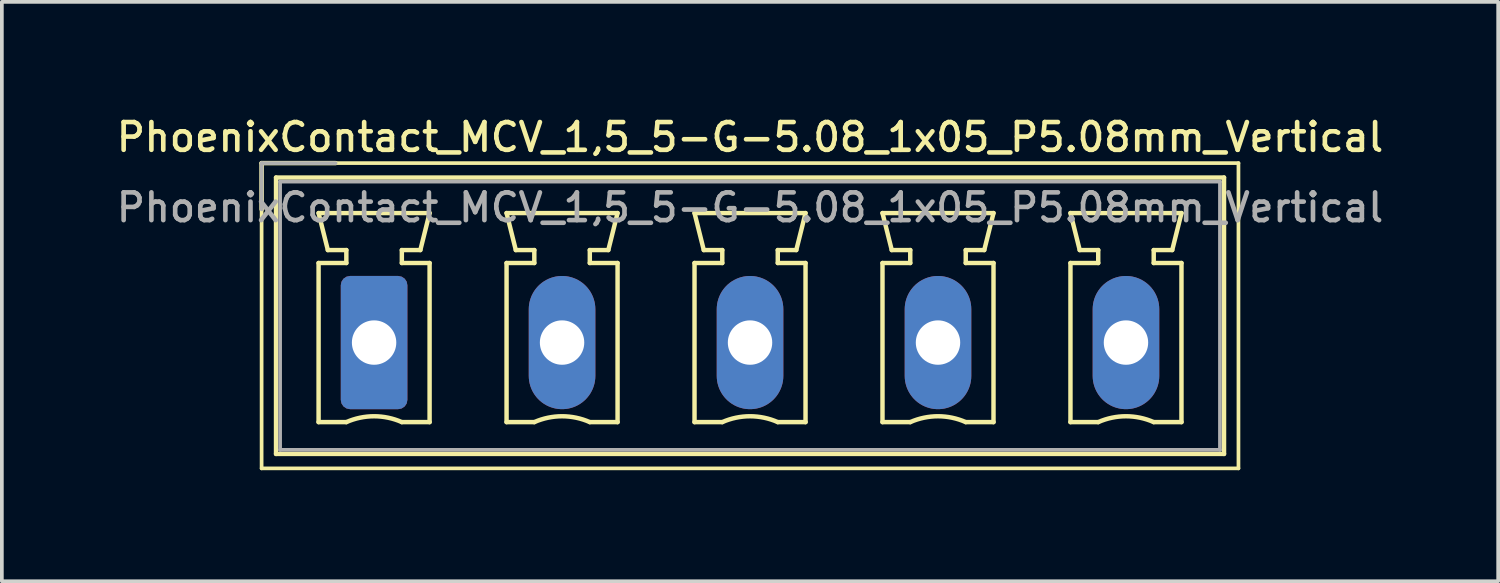
<source format=kicad_pcb>
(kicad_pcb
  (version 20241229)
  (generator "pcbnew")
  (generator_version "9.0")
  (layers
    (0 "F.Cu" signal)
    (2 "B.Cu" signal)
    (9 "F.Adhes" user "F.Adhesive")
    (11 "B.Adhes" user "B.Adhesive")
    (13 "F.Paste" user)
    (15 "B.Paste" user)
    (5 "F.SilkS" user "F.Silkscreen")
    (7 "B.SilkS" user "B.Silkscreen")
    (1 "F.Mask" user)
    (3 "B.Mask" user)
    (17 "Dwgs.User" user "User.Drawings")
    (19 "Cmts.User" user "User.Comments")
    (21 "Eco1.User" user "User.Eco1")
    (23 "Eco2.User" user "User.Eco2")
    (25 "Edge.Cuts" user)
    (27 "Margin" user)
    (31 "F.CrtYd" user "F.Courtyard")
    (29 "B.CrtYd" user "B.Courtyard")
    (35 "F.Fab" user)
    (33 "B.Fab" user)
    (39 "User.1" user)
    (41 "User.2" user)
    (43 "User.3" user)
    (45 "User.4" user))
  (footprint "PhoenixContact_MCV_1,5_5-G-5.08_1x05_P5.08mm_Vertical"
    (layer "F.Cu")
    (at 7.06 6.208)
    (property "Reference" "PhoenixContact_MCV_1,5_5-G-5.08_1x05_P5.08mm_Vertical" (at 10.16 -5.55 0) (layer "F.SilkS") (effects (font (size 0.75 0.75) (thickness 0.125))))
    (attr through_hole)
    (fp_line (start -3.04 -4.85) (end -3.04 3.4) (stroke (width 0.1) (type solid)) (layer "F.SilkS"))
    (fp_line (start -3.04 -4.85) (end -1.04 -4.85) (stroke (width 0.12) (type solid)) (layer "F.SilkS"))
    (fp_line (start -3.04 -3.6) (end -3.04 -4.85) (stroke (width 0.12) (type solid)) (layer "F.SilkS"))
    (fp_line (start -3.04 3.4) (end 23.36 3.4) (stroke (width 0.1) (type solid)) (layer "F.SilkS"))
    (fp_line (start -2.65 -4.46) (end -2.65 3.01) (stroke (width 0.12) (type solid)) (layer "F.SilkS"))
    (fp_line (start -2.65 3.01) (end 22.97 3.01) (stroke (width 0.12) (type solid)) (layer "F.SilkS"))
    (fp_line (start -1.5 -3.5) (end 1.5 -3.5) (stroke (width 0.12) (type solid)) (layer "F.SilkS"))
    (fp_line (start -1.5 -2.15) (end -0.75 -2.15) (stroke (width 0.12) (type solid)) (layer "F.SilkS"))
    (fp_line (start -1.5 2.15) (end -1.5 -2.15) (stroke (width 0.12) (type solid)) (layer "F.SilkS"))
    (fp_line (start -1.25 -2.5) (end -1.5 -3.5) (stroke (width 0.12) (type solid)) (layer "F.SilkS"))
    (fp_line (start -0.75 -2.5) (end -1.25 -2.5) (stroke (width 0.12) (type solid)) (layer "F.SilkS"))
    (fp_line (start -0.75 -2.15) (end -0.75 -2.5) (stroke (width 0.12) (type solid)) (layer "F.SilkS"))
    (fp_line (start -0.75 2.15) (end -1.5 2.15) (stroke (width 0.12) (type solid)) (layer "F.SilkS"))
    (fp_line (start 0.75 -2.5) (end 0.75 -2.15) (stroke (width 0.12) (type solid)) (layer "F.SilkS"))
    (fp_line (start 0.75 -2.15) (end 1.5 -2.15) (stroke (width 0.12) (type solid)) (layer "F.SilkS"))
    (fp_line (start 1.25 -2.5) (end 0.75 -2.5) (stroke (width 0.12) (type solid)) (layer "F.SilkS"))
    (fp_line (start 1.5 -3.5) (end 1.25 -2.5) (stroke (width 0.12) (type solid)) (layer "F.SilkS"))
    (fp_line (start 1.5 -2.15) (end 1.5 2.15) (stroke (width 0.12) (type solid)) (layer "F.SilkS"))
    (fp_line (start 1.5 2.15) (end 0.75 2.15) (stroke (width 0.12) (type solid)) (layer "F.SilkS"))
    (fp_line (start 3.58 -3.5) (end 6.58 -3.5) (stroke (width 0.12) (type solid)) (layer "F.SilkS"))
    (fp_line (start 3.58 -2.15) (end 4.33 -2.15) (stroke (width 0.12) (type solid)) (layer "F.SilkS"))
    (fp_line (start 3.58 2.15) (end 3.58 -2.15) (stroke (width 0.12) (type solid)) (layer "F.SilkS"))
    (fp_line (start 3.83 -2.5) (end 3.58 -3.5) (stroke (width 0.12) (type solid)) (layer "F.SilkS"))
    (fp_line (start 4.33 -2.5) (end 3.83 -2.5) (stroke (width 0.12) (type solid)) (layer "F.SilkS"))
    (fp_line (start 4.33 -2.15) (end 4.33 -2.5) (stroke (width 0.12) (type solid)) (layer "F.SilkS"))
    (fp_line (start 4.33 2.15) (end 3.58 2.15) (stroke (width 0.12) (type solid)) (layer "F.SilkS"))
    (fp_line (start 5.83 -2.5) (end 5.83 -2.15) (stroke (width 0.12) (type solid)) (layer "F.SilkS"))
    (fp_line (start 5.83 -2.15) (end 6.58 -2.15) (stroke (width 0.12) (type solid)) (layer "F.SilkS"))
    (fp_line (start 6.33 -2.5) (end 5.83 -2.5) (stroke (width 0.12) (type solid)) (layer "F.SilkS"))
    (fp_line (start 6.58 -3.5) (end 6.33 -2.5) (stroke (width 0.12) (type solid)) (layer "F.SilkS"))
    (fp_line (start 6.58 -2.15) (end 6.58 2.15) (stroke (width 0.12) (type solid)) (layer "F.SilkS"))
    (fp_line (start 6.58 2.15) (end 5.83 2.15) (stroke (width 0.12) (type solid)) (layer "F.SilkS"))
    (fp_line (start 8.66 -3.5) (end 11.66 -3.5) (stroke (width 0.12) (type solid)) (layer "F.SilkS"))
    (fp_line (start 8.66 -2.15) (end 9.41 -2.15) (stroke (width 0.12) (type solid)) (layer "F.SilkS"))
    (fp_line (start 8.66 2.15) (end 8.66 -2.15) (stroke (width 0.12) (type solid)) (layer "F.SilkS"))
    (fp_line (start 8.91 -2.5) (end 8.66 -3.5) (stroke (width 0.12) (type solid)) (layer "F.SilkS"))
    (fp_line (start 9.41 -2.5) (end 8.91 -2.5) (stroke (width 0.12) (type solid)) (layer "F.SilkS"))
    (fp_line (start 9.41 -2.15) (end 9.41 -2.5) (stroke (width 0.12) (type solid)) (layer "F.SilkS"))
    (fp_line (start 9.41 2.15) (end 8.66 2.15) (stroke (width 0.12) (type solid)) (layer "F.SilkS"))
    (fp_line (start 10.91 -2.5) (end 10.91 -2.15) (stroke (width 0.12) (type solid)) (layer "F.SilkS"))
    (fp_line (start 10.91 -2.15) (end 11.66 -2.15) (stroke (width 0.12) (type solid)) (layer "F.SilkS"))
    (fp_line (start 11.41 -2.5) (end 10.91 -2.5) (stroke (width 0.12) (type solid)) (layer "F.SilkS"))
    (fp_line (start 11.66 -3.5) (end 11.41 -2.5) (stroke (width 0.12) (type solid)) (layer "F.SilkS"))
    (fp_line (start 11.66 -2.15) (end 11.66 2.15) (stroke (width 0.12) (type solid)) (layer "F.SilkS"))
    (fp_line (start 11.66 2.15) (end 10.91 2.15) (stroke (width 0.12) (type solid)) (layer "F.SilkS"))
    (fp_line (start 13.74 -3.5) (end 16.74 -3.5) (stroke (width 0.12) (type solid)) (layer "F.SilkS"))
    (fp_line (start 13.74 -2.15) (end 14.49 -2.15) (stroke (width 0.12) (type solid)) (layer "F.SilkS"))
    (fp_line (start 13.74 2.15) (end 13.74 -2.15) (stroke (width 0.12) (type solid)) (layer "F.SilkS"))
    (fp_line (start 13.99 -2.5) (end 13.74 -3.5) (stroke (width 0.12) (type solid)) (layer "F.SilkS"))
    (fp_line (start 14.49 -2.5) (end 13.99 -2.5) (stroke (width 0.12) (type solid)) (layer "F.SilkS"))
    (fp_line (start 14.49 -2.15) (end 14.49 -2.5) (stroke (width 0.12) (type solid)) (layer "F.SilkS"))
    (fp_line (start 14.49 2.15) (end 13.74 2.15) (stroke (width 0.12) (type solid)) (layer "F.SilkS"))
    (fp_line (start 15.99 -2.5) (end 15.99 -2.15) (stroke (width 0.12) (type solid)) (layer "F.SilkS"))
    (fp_line (start 15.99 -2.15) (end 16.74 -2.15) (stroke (width 0.12) (type solid)) (layer "F.SilkS"))
    (fp_line (start 16.49 -2.5) (end 15.99 -2.5) (stroke (width 0.12) (type solid)) (layer "F.SilkS"))
    (fp_line (start 16.74 -3.5) (end 16.49 -2.5) (stroke (width 0.12) (type solid)) (layer "F.SilkS"))
    (fp_line (start 16.74 -2.15) (end 16.74 2.15) (stroke (width 0.12) (type solid)) (layer "F.SilkS"))
    (fp_line (start 16.74 2.15) (end 15.99 2.15) (stroke (width 0.12) (type solid)) (layer "F.SilkS"))
    (fp_line (start 18.82 -3.5) (end 21.82 -3.5) (stroke (width 0.12) (type solid)) (layer "F.SilkS"))
    (fp_line (start 18.82 -2.15) (end 19.57 -2.15) (stroke (width 0.12) (type solid)) (layer "F.SilkS"))
    (fp_line (start 18.82 2.15) (end 18.82 -2.15) (stroke (width 0.12) (type solid)) (layer "F.SilkS"))
    (fp_line (start 19.07 -2.5) (end 18.82 -3.5) (stroke (width 0.12) (type solid)) (layer "F.SilkS"))
    (fp_line (start 19.57 -2.5) (end 19.07 -2.5) (stroke (width 0.12) (type solid)) (layer "F.SilkS"))
    (fp_line (start 19.57 -2.15) (end 19.57 -2.5) (stroke (width 0.12) (type solid)) (layer "F.SilkS"))
    (fp_line (start 19.57 2.15) (end 18.82 2.15) (stroke (width 0.12) (type solid)) (layer "F.SilkS"))
    (fp_line (start 21.07 -2.5) (end 21.07 -2.15) (stroke (width 0.12) (type solid)) (layer "F.SilkS"))
    (fp_line (start 21.07 -2.15) (end 21.82 -2.15) (stroke (width 0.12) (type solid)) (layer "F.SilkS"))
    (fp_line (start 21.57 -2.5) (end 21.07 -2.5) (stroke (width 0.12) (type solid)) (layer "F.SilkS"))
    (fp_line (start 21.82 -3.5) (end 21.57 -2.5) (stroke (width 0.12) (type solid)) (layer "F.SilkS"))
    (fp_line (start 21.82 -2.15) (end 21.82 2.15) (stroke (width 0.12) (type solid)) (layer "F.SilkS"))
    (fp_line (start 21.82 2.15) (end 21.07 2.15) (stroke (width 0.12) (type solid)) (layer "F.SilkS"))
    (fp_line (start 22.97 -4.46) (end -2.65 -4.46) (stroke (width 0.12) (type solid)) (layer "F.SilkS"))
    (fp_line (start 22.97 3.01) (end 22.97 -4.46) (stroke (width 0.12) (type solid)) (layer "F.SilkS"))
    (fp_line (start 23.36 -4.85) (end -3.04 -4.85) (stroke (width 0.1) (type solid)) (layer "F.SilkS"))
    (fp_line (start 23.36 3.4) (end 23.36 -4.85) (stroke (width 0.1) (type solid)) (layer "F.SilkS"))
    (fp_arc (start -0.75 2.15) (mid -0.000193 1.99191) (end 0.749647 2.149844) (stroke (width 0.12) (type solid)) (layer "F.SilkS"))
    (fp_arc (start 4.33 2.15) (mid 5.079807 1.99191) (end 5.829647 2.149844) (stroke (width 0.12) (type solid)) (layer "F.SilkS"))
    (fp_arc (start 9.41 2.15) (mid 10.159807 1.99191) (end 10.909647 2.149844) (stroke (width 0.12) (type solid)) (layer "F.SilkS"))
    (fp_arc (start 14.49 2.15) (mid 15.239807 1.99191) (end 15.989647 2.149844) (stroke (width 0.12) (type solid)) (layer "F.SilkS"))
    (fp_arc (start 19.57 2.15) (mid 20.319807 1.99191) (end 21.069647 2.149844) (stroke (width 0.12) (type solid)) (layer "F.SilkS"))
    (fp_line (start -3.04 -4.85) (end -1.04 -4.85) (stroke (width 0.1) (type solid)) (layer "F.Fab"))
    (fp_line (start -3.04 -3.6) (end -3.04 -4.85) (stroke (width 0.1) (type solid)) (layer "F.Fab"))
    (fp_line (start -2.54 -4.35) (end -2.54 2.9) (stroke (width 0.1) (type solid)) (layer "F.Fab"))
    (fp_line (start -2.54 2.9) (end 22.86 2.9) (stroke (width 0.1) (type solid)) (layer "F.Fab"))
    (fp_line (start 22.86 -4.35) (end -2.54 -4.35) (stroke (width 0.1) (type solid)) (layer "F.Fab"))
    (fp_line (start 22.86 2.9) (end 22.86 -4.35) (stroke (width 0.1) (type solid)) (layer "F.Fab"))
    (fp_text user "${REFERENCE}" (at 10.16 -3.65 0) (layer "F.Fab") (effects (font (size 0.75 0.75) (thickness 0.125))))
    (pad "1" thru_hole roundrect (at 0 0) (size 1.8 3.6) (drill 1.2) (layers "*.Cu" "*.Mask") (roundrect_rratio 0.139))
    (pad "2" thru_hole oval (at 5.08 0) (size 1.8 3.6) (drill 1.2) (layers "*.Cu" "*.Mask"))
    (pad "3" thru_hole oval (at 10.16 0) (size 1.8 3.6) (drill 1.2) (layers "*.Cu" "*.Mask"))
    (pad "4" thru_hole oval (at 15.24 0) (size 1.8 3.6) (drill 1.2) (layers "*.Cu" "*.Mask"))
    (pad "5" thru_hole oval (at 20.32 0) (size 1.8 3.6) (drill 1.2) (layers "*.Cu" "*.Mask")))
  (gr_rect
    (start -3 -3)
    (end 37.439 12.658)
    (stroke (width 0.1) (type default))
    (fill no)
    (layer "Edge.Cuts")))
</source>
